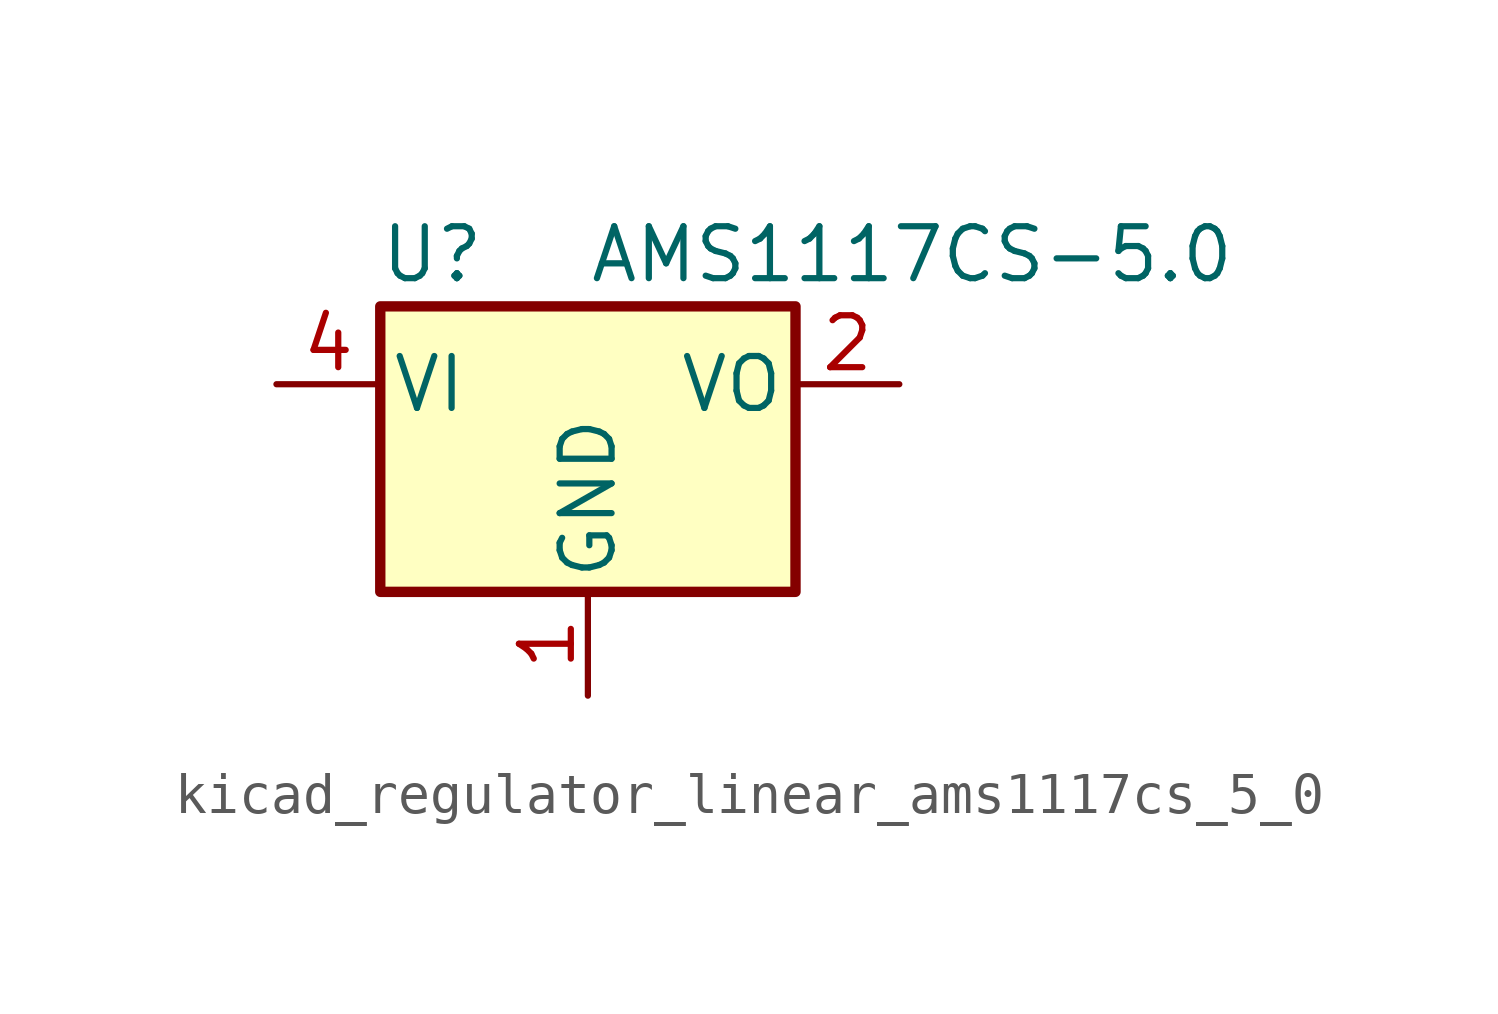
<source format=kicad_sym>
(kicad_symbol_lib
  (version 20220914)
  (generator kicad_symbol_editor)
  (symbol "kicad_regulator_linear_ams1117cs_5_0"
    (pin_names
      (offset 0.254))
    (property "Reference" "U"
      (at -3.81 3.175 0)
      (effects (font (size 1.27 1.27))))
    (property "Value" "AMS1117CS-5.0"
      (at 0 3.175 0)
      (effects (font (size 1.27 1.27)) (justify left)))
    (symbol "kicad_regulator_linear_ams1117cs_5_0_0_1"
      (rectangle (start -5.08 -5.08) (end 5.08 1.905) (stroke (width 0.254) (type default)) (fill (type background))))
    (symbol "kicad_regulator_linear_ams1117cs_5_0_1_1"
      (pin power_in line (at 0 -7.62 90) (length 2.54) (name "GND" (effects (font (size 1.27 1.27)))) (number "1" (effects (font (size 1.27 1.27)))))
      (pin power_out line (at 7.62 0 180) (length 2.54) (name "VO" (effects (font (size 1.27 1.27)))) (number "2" (effects (font (size 1.27 1.27)))))
      (pin passive line (at 7.62 0 180) (length 2.54) hide (name "VO" (effects (font (size 1.27 1.27)))) (number "3" (effects (font (size 1.27 1.27)))))
      (pin power_in line (at -7.62 0 0) (length 2.54) (name "VI" (effects (font (size 1.27 1.27)))) (number "4" (effects (font (size 1.27 1.27)))))
      (pin no_connect line (at -2.54 -2.54 180) (length 2.54) hide (name "NC" (effects (font (size 1.27 1.27)))) (number "5" (effects (font (size 1.27 1.27)))))
      (pin passive line (at 7.62 0 180) (length 2.54) hide (name "VO" (effects (font (size 1.27 1.27)))) (number "6" (effects (font (size 1.27 1.27)))))
      (pin passive line (at 7.62 0 180) (length 2.54) hide (name "VO" (effects (font (size 1.27 1.27)))) (number "7" (effects (font (size 1.27 1.27)))))
      (pin no_connect line (at 2.54 -2.54 0) (length 2.54) hide (name "NC" (effects (font (size 1.27 1.27)))) (number "8" (effects (font (size 1.27 1.27))))))))
</source>
